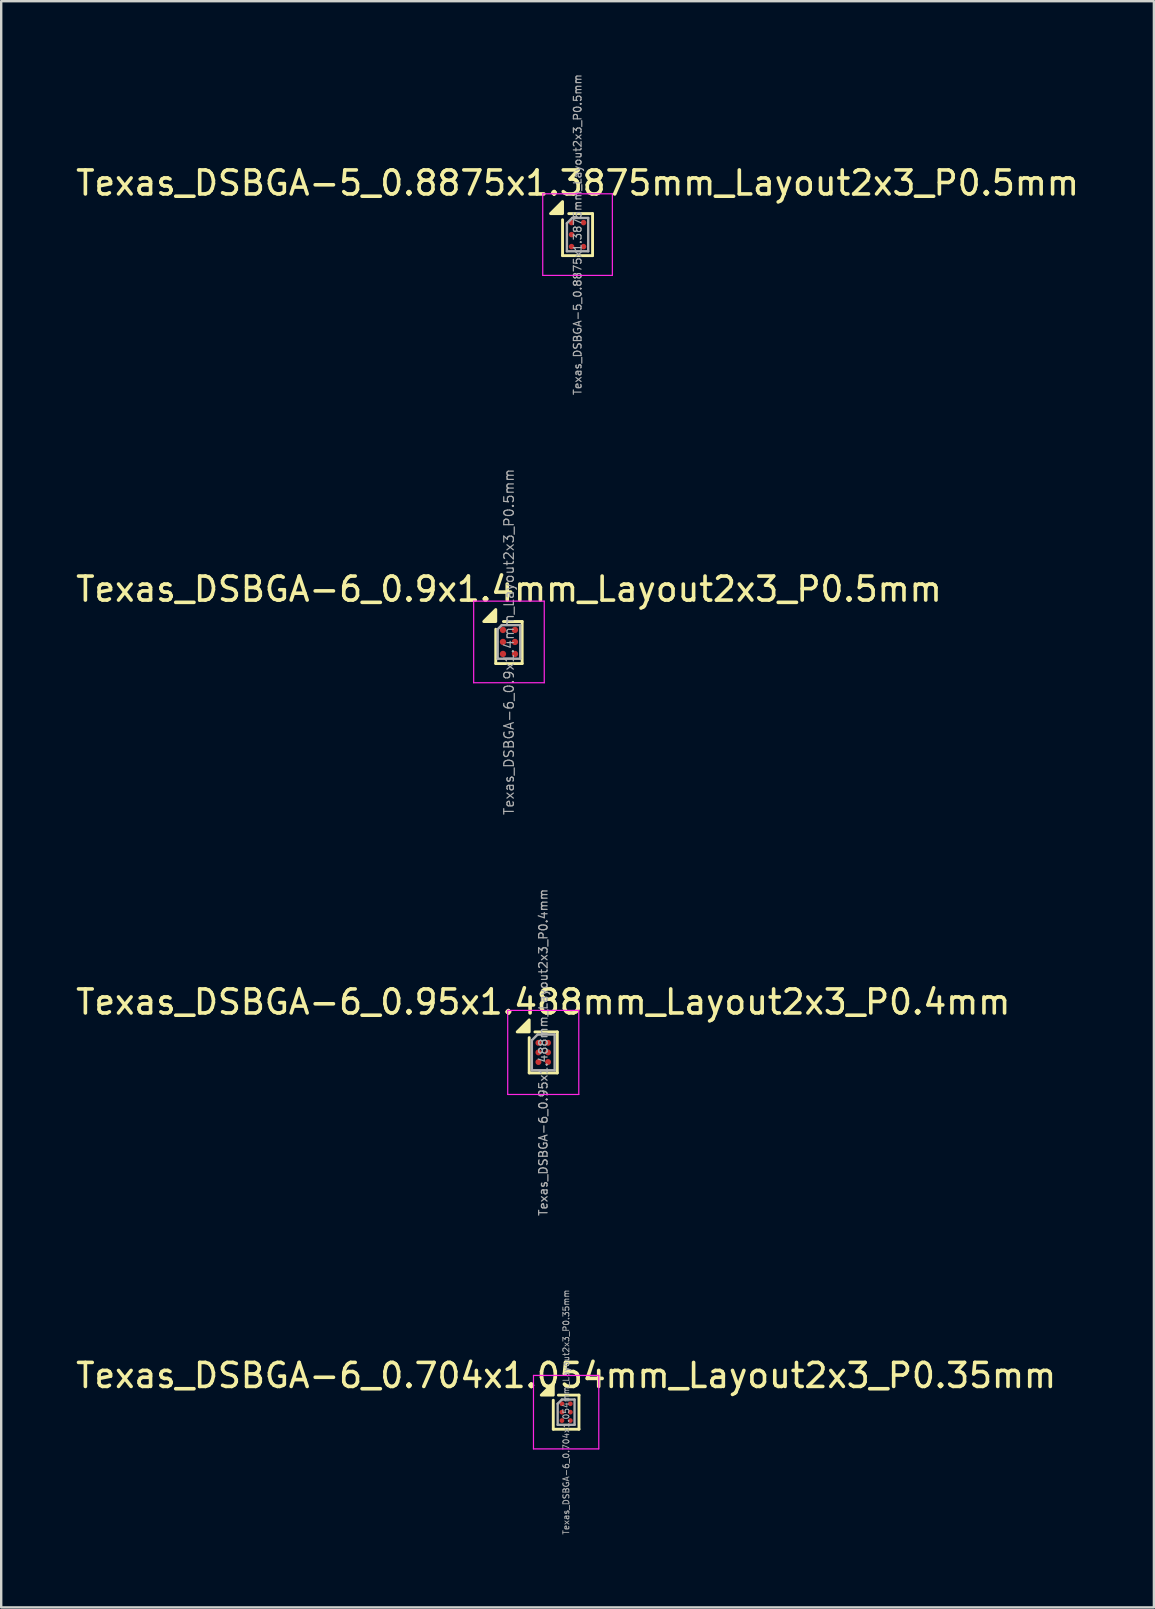
<source format=kicad_pcb>
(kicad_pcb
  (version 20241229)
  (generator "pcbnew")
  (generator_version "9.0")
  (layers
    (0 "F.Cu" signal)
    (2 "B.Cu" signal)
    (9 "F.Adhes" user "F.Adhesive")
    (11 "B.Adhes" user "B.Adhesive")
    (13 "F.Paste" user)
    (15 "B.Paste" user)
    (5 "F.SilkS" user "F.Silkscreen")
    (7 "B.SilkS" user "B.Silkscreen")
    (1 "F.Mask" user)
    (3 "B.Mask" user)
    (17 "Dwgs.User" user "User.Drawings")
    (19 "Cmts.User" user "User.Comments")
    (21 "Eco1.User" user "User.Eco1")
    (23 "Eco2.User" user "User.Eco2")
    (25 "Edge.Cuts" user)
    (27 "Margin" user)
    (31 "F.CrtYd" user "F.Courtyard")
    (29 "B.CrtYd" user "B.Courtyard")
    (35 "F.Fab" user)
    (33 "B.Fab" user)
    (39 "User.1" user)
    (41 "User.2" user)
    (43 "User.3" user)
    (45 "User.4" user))
  (footprint "Texas_DSBGA-6_0.9x1.4mm_Layout2x3_P0.5mm"
    (layer "F.Cu")
    (at 18.149 23.688)
    (property "Reference" "Texas_DSBGA-6_0.9x1.4mm_Layout2x3_P0.5mm" (at 0 -2.2 0) (layer "F.SilkS") (effects (font (size 1 1) (thickness 0.15))))
    (attr smd)
    (fp_line (start -0.55 -0.53) (end -0.55 0.9) (stroke (width 0.12) (type solid)) (layer "F.SilkS"))
    (fp_line (start -0.55 0.9) (end 0.55 0.9) (stroke (width 0.12) (type solid)) (layer "F.SilkS"))
    (fp_line (start 0.55 -0.85) (end -0.23 -0.85) (stroke (width 0.12) (type solid)) (layer "F.SilkS"))
    (fp_line (start 0.55 -0.85) (end 0.55 0.9) (stroke (width 0.12) (type solid)) (layer "F.SilkS"))
    (fp_poly (pts (xy -0.55 -0.85) (xy -1.05 -0.85) (xy -0.55 -1.35) (xy -0.55 -0.85)) (stroke (width 0.12) (type solid)) (fill yes) (layer "F.SilkS"))
    (fp_line (start -1.47 -1.7) (end -1.47 1.7) (stroke (width 0.05) (type solid)) (layer "F.CrtYd"))
    (fp_line (start -1.47 -1.7) (end 1.47 -1.7) (stroke (width 0.05) (type solid)) (layer "F.CrtYd"))
    (fp_line (start 1.47 1.7) (end -1.47 1.7) (stroke (width 0.05) (type solid)) (layer "F.CrtYd"))
    (fp_line (start 1.47 1.7) (end 1.47 -1.7) (stroke (width 0.05) (type solid)) (layer "F.CrtYd"))
    (fp_line (start -0.47 -0.53) (end -0.47 0.7) (stroke (width 0.1) (type solid)) (layer "F.Fab"))
    (fp_line (start -0.47 -0.53) (end -0.3 -0.7) (stroke (width 0.1) (type solid)) (layer "F.Fab"))
    (fp_line (start -0.47 0.7) (end 0.47 0.7) (stroke (width 0.1) (type solid)) (layer "F.Fab"))
    (fp_line (start 0.47 -0.7) (end -0.3 -0.7) (stroke (width 0.1) (type solid)) (layer "F.Fab"))
    (fp_line (start 0.47 0.7) (end 0.47 -0.7) (stroke (width 0.1) (type solid)) (layer "F.Fab"))
    (fp_text user "${REFERENCE}" (at 0 0 90) (layer "F.Fab") (effects (font (size 0.4 0.4) (thickness 0.05))))
    (pad "" smd rect (at -0.25 -0.5) (size 0.3 0.3) (layers "F.Paste"))
    (pad "" smd rect (at -0.25 0) (size 0.3 0.3) (layers "F.Paste"))
    (pad "" smd rect (at -0.25 0.5) (size 0.3 0.3) (layers "F.Paste"))
    (pad "" smd rect (at 0.25 -0.5) (size 0.3 0.3) (layers "F.Paste"))
    (pad "" smd rect (at 0.25 0) (size 0.3 0.3) (layers "F.Paste"))
    (pad "" smd rect (at 0.25 0.5) (size 0.3 0.3) (layers "F.Paste"))
    (pad "A1" smd circle (at -0.25 -0.5) (size 0.265 0.265) (property pad_prop_bga) (layers "F.Cu" "F.Mask"))
    (pad "A2" smd circle (at 0.25 -0.5) (size 0.265 0.265) (property pad_prop_bga) (layers "F.Cu" "F.Mask"))
    (pad "B1" smd circle (at -0.25 0) (size 0.265 0.265) (property pad_prop_bga) (layers "F.Cu" "F.Mask"))
    (pad "B2" smd circle (at 0.25 0) (size 0.265 0.265) (property pad_prop_bga) (layers "F.Cu" "F.Mask"))
    (pad "C1" smd circle (at -0.25 0.5) (size 0.265 0.265) (property pad_prop_bga) (layers "F.Cu" "F.Mask"))
    (pad "C2" smd circle (at 0.25 0.5) (size 0.265 0.265) (property pad_prop_bga) (layers "F.Cu" "F.Mask")))
  (footprint "Texas_DSBGA-6_0.95x1.488mm_Layout2x3_P0.4mm"
    (layer "F.Cu")
    (at 19.577 40.785)
    (property "Reference" "Texas_DSBGA-6_0.95x1.488mm_Layout2x3_P0.4mm" (at 0 -2.1 0) (layer "F.SilkS") (effects (font (size 1 1) (thickness 0.15))))
    (attr smd)
    (fp_line (start -0.585 0.854) (end -0.585 -0.617) (stroke (width 0.12) (type solid)) (layer "F.SilkS"))
    (fp_line (start -0.347 -0.854) (end 0.585 -0.854) (stroke (width 0.12) (type solid)) (layer "F.SilkS"))
    (fp_line (start 0.585 -0.854) (end 0.585 0.854) (stroke (width 0.12) (type solid)) (layer "F.SilkS"))
    (fp_line (start 0.585 0.854) (end -0.585 0.854) (stroke (width 0.12) (type solid)) (layer "F.SilkS"))
    (fp_poly (pts (xy -0.585 -0.854) (xy -1.085 -0.854) (xy -0.585 -1.354) (xy -0.585 -0.854)) (stroke (width 0.12) (type solid)) (fill yes) (layer "F.SilkS"))
    (fp_line (start -1.48 -1.75) (end -1.48 1.75) (stroke (width 0.05) (type solid)) (layer "F.CrtYd"))
    (fp_line (start -1.48 1.75) (end 1.48 1.75) (stroke (width 0.05) (type solid)) (layer "F.CrtYd"))
    (fp_line (start 1.48 -1.75) (end -1.48 -1.75) (stroke (width 0.05) (type solid)) (layer "F.CrtYd"))
    (fp_line (start 1.48 1.75) (end 1.48 -1.75) (stroke (width 0.05) (type solid)) (layer "F.CrtYd"))
    (fp_line (start -0.475 -0.506) (end -0.237 -0.744) (stroke (width 0.1) (type solid)) (layer "F.Fab"))
    (fp_line (start -0.475 0.744) (end -0.475 -0.506) (stroke (width 0.1) (type solid)) (layer "F.Fab"))
    (fp_line (start -0.237 -0.744) (end 0.475 -0.744) (stroke (width 0.1) (type solid)) (layer "F.Fab"))
    (fp_line (start 0.475 -0.744) (end 0.475 0.744) (stroke (width 0.1) (type solid)) (layer "F.Fab"))
    (fp_line (start 0.475 0.744) (end -0.475 0.744) (stroke (width 0.1) (type solid)) (layer "F.Fab"))
    (fp_text user "${REFERENCE}" (at 0 0 270) (layer "F.Fab") (effects (font (size 0.35 0.35) (thickness 0.052))))
    (pad "A1" smd circle (at -0.2 -0.4) (size 0.25 0.25) (property pad_prop_bga) (layers "F.Cu" "F.Mask" "F.Paste"))
    (pad "A2" smd circle (at 0.2 -0.4) (size 0.25 0.25) (property pad_prop_bga) (layers "F.Cu" "F.Mask" "F.Paste"))
    (pad "B1" smd circle (at -0.2 0) (size 0.25 0.25) (property pad_prop_bga) (layers "F.Cu" "F.Mask" "F.Paste"))
    (pad "B2" smd circle (at 0.2 0) (size 0.25 0.25) (property pad_prop_bga) (layers "F.Cu" "F.Mask" "F.Paste"))
    (pad "C1" smd circle (at -0.2 0.4) (size 0.25 0.25) (property pad_prop_bga) (layers "F.Cu" "F.Mask" "F.Paste"))
    (pad "C2" smd circle (at 0.2 0.4) (size 0.25 0.25) (property pad_prop_bga) (layers "F.Cu" "F.Mask" "F.Paste")))
  (footprint "Texas_DSBGA-5_0.8875x1.3875mm_Layout2x3_P0.5mm"
    (layer "F.Cu")
    (at 21.006 6.722)
    (property "Reference" "Texas_DSBGA-5_0.8875x1.3875mm_Layout2x3_P0.5mm" (at 0 -2.15 0) (layer "F.SilkS") (effects (font (size 1 1) (thickness 0.15))))
    (attr smd)
    (fp_line (start -0.625 0.875) (end -0.625 -0.618) (stroke (width 0.12) (type solid)) (layer "F.SilkS"))
    (fp_line (start -0.367 -0.875) (end 0.625 -0.875) (stroke (width 0.12) (type solid)) (layer "F.SilkS"))
    (fp_line (start 0.625 -0.875) (end 0.625 0.875) (stroke (width 0.12) (type solid)) (layer "F.SilkS"))
    (fp_line (start 0.625 0.875) (end -0.625 0.875) (stroke (width 0.12) (type solid)) (layer "F.SilkS"))
    (fp_poly (pts (xy -0.625 -0.875) (xy -1.125 -0.875) (xy -0.625 -1.375) (xy -0.625 -0.875)) (stroke (width 0.12) (type solid)) (fill yes) (layer "F.SilkS"))
    (fp_line (start -1.45 -1.7) (end -1.45 1.7) (stroke (width 0.05) (type solid)) (layer "F.CrtYd"))
    (fp_line (start -1.45 1.7) (end 1.45 1.7) (stroke (width 0.05) (type solid)) (layer "F.CrtYd"))
    (fp_line (start 1.45 -1.7) (end -1.45 -1.7) (stroke (width 0.05) (type solid)) (layer "F.CrtYd"))
    (fp_line (start 1.45 1.7) (end 1.45 -1.7) (stroke (width 0.05) (type solid)) (layer "F.CrtYd"))
    (fp_line (start -0.444 -0.472) (end -0.222 -0.694) (stroke (width 0.1) (type solid)) (layer "F.Fab"))
    (fp_line (start -0.444 0.694) (end -0.444 -0.472) (stroke (width 0.1) (type solid)) (layer "F.Fab"))
    (fp_line (start -0.222 -0.694) (end 0.444 -0.694) (stroke (width 0.1) (type solid)) (layer "F.Fab"))
    (fp_line (start 0.444 -0.694) (end 0.444 0.694) (stroke (width 0.1) (type solid)) (layer "F.Fab"))
    (fp_line (start 0.444 0.694) (end -0.444 0.694) (stroke (width 0.1) (type solid)) (layer "F.Fab"))
    (fp_text user "${REFERENCE}" (at 0 0 270) (layer "F.Fab") (effects (font (size 0.32 0.32) (thickness 0.048))))
    (pad "A1" smd circle (at -0.25 -0.5) (size 0.23 0.23) (property pad_prop_bga) (layers "F.Cu" "F.Mask" "F.Paste"))
    (pad "A2" smd circle (at 0.25 -0.5) (size 0.23 0.23) (property pad_prop_bga) (layers "F.Cu" "F.Mask" "F.Paste"))
    (pad "B1" smd circle (at -0.25 0) (size 0.23 0.23) (property pad_prop_bga) (layers "F.Cu" "F.Mask" "F.Paste"))
    (pad "C1" smd circle (at -0.25 0.5) (size 0.23 0.23) (property pad_prop_bga) (layers "F.Cu" "F.Mask" "F.Paste"))
    (pad "C2" smd circle (at 0.25 0.5) (size 0.23 0.23) (property pad_prop_bga) (layers "F.Cu" "F.Mask" "F.Paste")))
  (footprint "Texas_DSBGA-6_0.704x1.054mm_Layout2x3_P0.35mm"
    (layer "F.Cu")
    (at 20.53 55.769)
    (property "Reference" "Texas_DSBGA-6_0.704x1.054mm_Layout2x3_P0.35mm" (at 0 -1.527 0) (layer "F.SilkS") (effects (font (size 1 1) (thickness 0.15))))
    (attr smd)
    (fp_line (start -0.535 0.71) (end -0.535 -0.497) (stroke (width 0.12) (type solid)) (layer "F.SilkS"))
    (fp_line (start -0.323 -0.71) (end 0.535 -0.71) (stroke (width 0.12) (type solid)) (layer "F.SilkS"))
    (fp_line (start 0.535 -0.71) (end 0.535 0.71) (stroke (width 0.12) (type solid)) (layer "F.SilkS"))
    (fp_line (start 0.535 0.71) (end -0.535 0.71) (stroke (width 0.12) (type solid)) (layer "F.SilkS"))
    (fp_poly (pts (xy -0.535 -0.71) (xy -1.035 -0.71) (xy -0.535 -1.21) (xy -0.535 -0.71)) (stroke (width 0.12) (type solid)) (fill yes) (layer "F.SilkS"))
    (fp_line (start -1.36 -1.53) (end -1.36 1.53) (stroke (width 0.05) (type solid)) (layer "F.CrtYd"))
    (fp_line (start -1.36 1.53) (end 1.36 1.53) (stroke (width 0.05) (type solid)) (layer "F.CrtYd"))
    (fp_line (start 1.36 -1.53) (end -1.36 -1.53) (stroke (width 0.05) (type solid)) (layer "F.CrtYd"))
    (fp_line (start 1.36 1.53) (end 1.36 -1.53) (stroke (width 0.05) (type solid)) (layer "F.CrtYd"))
    (fp_line (start -0.352 -0.351) (end -0.176 -0.527) (stroke (width 0.1) (type solid)) (layer "F.Fab"))
    (fp_line (start -0.352 0.527) (end -0.352 -0.351) (stroke (width 0.1) (type solid)) (layer "F.Fab"))
    (fp_line (start -0.176 -0.527) (end 0.352 -0.527) (stroke (width 0.1) (type solid)) (layer "F.Fab"))
    (fp_line (start 0.352 -0.527) (end 0.352 0.527) (stroke (width 0.1) (type solid)) (layer "F.Fab"))
    (fp_line (start 0.352 0.527) (end -0.352 0.527) (stroke (width 0.1) (type solid)) (layer "F.Fab"))
    (fp_text user "${REFERENCE}" (at 0 0 270) (layer "F.Fab") (effects (font (size 0.25 0.25) (thickness 0.037))))
    (pad "A1" smd circle (at -0.175 -0.35) (size 0.2 0.2) (property pad_prop_bga) (layers "F.Cu" "F.Mask" "F.Paste"))
    (pad "A2" smd circle (at 0.175 -0.35) (size 0.2 0.2) (property pad_prop_bga) (layers "F.Cu" "F.Mask" "F.Paste"))
    (pad "B1" smd circle (at -0.175 0) (size 0.2 0.2) (property pad_prop_bga) (layers "F.Cu" "F.Mask" "F.Paste"))
    (pad "B2" smd circle (at 0.175 0) (size 0.2 0.2) (property pad_prop_bga) (layers "F.Cu" "F.Mask" "F.Paste"))
    (pad "C1" smd circle (at -0.175 0.35) (size 0.2 0.2) (property pad_prop_bga) (layers "F.Cu" "F.Mask" "F.Paste"))
    (pad "C2" smd circle (at 0.175 0.35) (size 0.2 0.2) (property pad_prop_bga) (layers "F.Cu" "F.Mask" "F.Paste")))
  (gr_rect
    (start -3 -3)
    (end 45.012 63.902)
    (stroke (width 0.1) (type default))
    (fill no)
    (layer "Edge.Cuts")))
</source>
